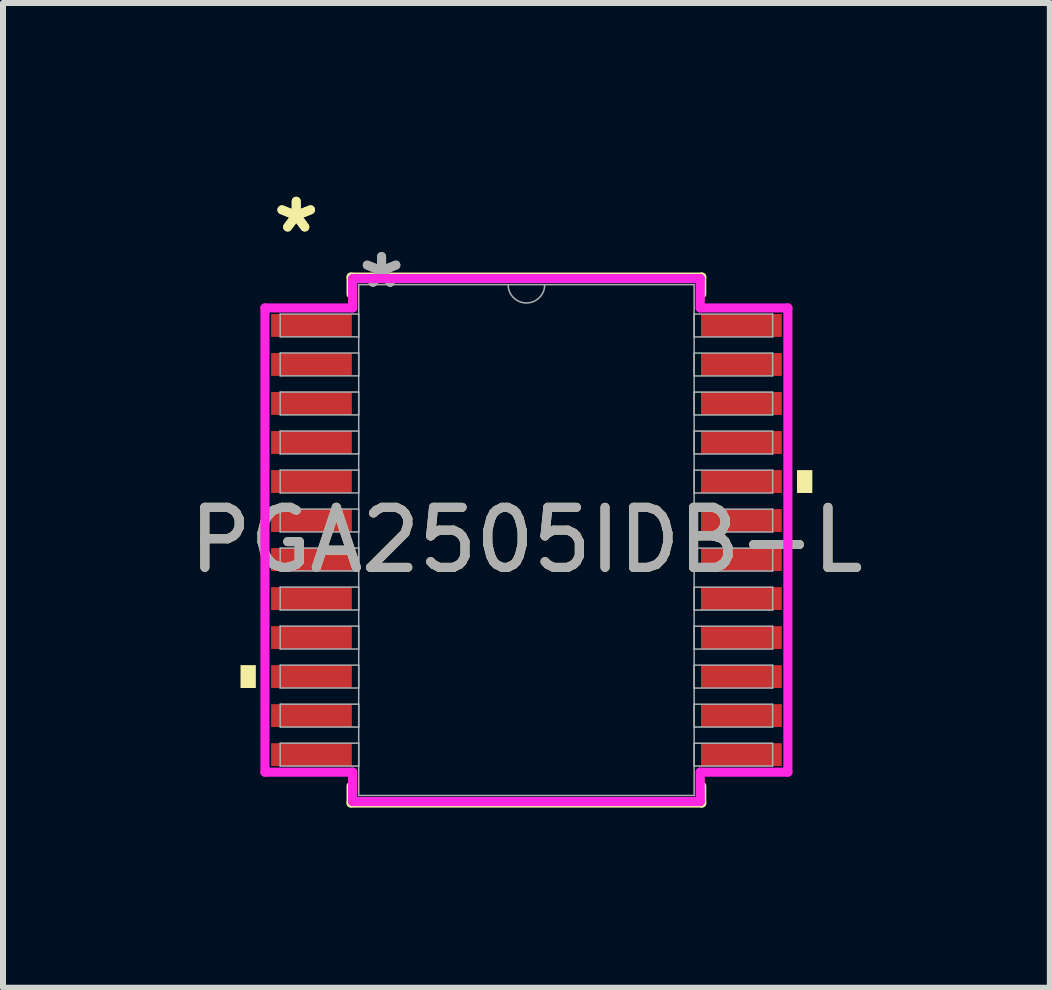
<source format=kicad_pcb>
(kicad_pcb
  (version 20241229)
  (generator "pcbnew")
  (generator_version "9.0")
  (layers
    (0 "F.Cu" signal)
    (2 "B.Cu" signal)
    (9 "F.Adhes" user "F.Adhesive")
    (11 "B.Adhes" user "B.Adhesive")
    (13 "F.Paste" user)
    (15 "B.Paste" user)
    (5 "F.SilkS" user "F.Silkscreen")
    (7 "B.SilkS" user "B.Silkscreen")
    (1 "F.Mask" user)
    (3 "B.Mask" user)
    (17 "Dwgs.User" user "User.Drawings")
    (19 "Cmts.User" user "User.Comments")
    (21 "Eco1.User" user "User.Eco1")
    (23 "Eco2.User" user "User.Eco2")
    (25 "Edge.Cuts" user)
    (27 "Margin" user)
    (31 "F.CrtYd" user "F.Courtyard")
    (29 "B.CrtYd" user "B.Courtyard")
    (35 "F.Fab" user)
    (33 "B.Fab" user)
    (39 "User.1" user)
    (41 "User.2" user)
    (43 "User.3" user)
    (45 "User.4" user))
  (footprint "PGA2505IDB-L"
    (layer "F.Cu")
    (at 5.72 5.947)
    (property "Reference" "PGA2505IDB-L" (at 0 0 0) (unlocked yes) (layer "F.SilkS") (effects (font (size 1 1) (thickness 0.15))))
    (attr smd)
    (fp_line (start -2.921 -4.381) (end -2.921 -4.098) (stroke (width 0.152) (type solid)) (layer "F.SilkS"))
    (fp_line (start -2.921 4.098) (end -2.921 4.381) (stroke (width 0.152) (type solid)) (layer "F.SilkS"))
    (fp_line (start -2.921 4.381) (end 2.921 4.381) (stroke (width 0.152) (type solid)) (layer "F.SilkS"))
    (fp_line (start 2.921 -4.381) (end -2.921 -4.381) (stroke (width 0.152) (type solid)) (layer "F.SilkS"))
    (fp_line (start 2.921 -4.098) (end 2.921 -4.381) (stroke (width 0.152) (type solid)) (layer "F.SilkS"))
    (fp_line (start 2.921 4.381) (end 2.921 4.098) (stroke (width 0.152) (type solid)) (layer "F.SilkS"))
    (fp_poly (pts (xy -4.763 2.084) (xy -4.763 2.465) (xy -4.508 2.465) (xy -4.508 2.084)) (stroke (width 0) (type solid)) (fill yes) (layer "F.SilkS"))
    (fp_poly (pts (xy 4.763 -1.165) (xy 4.763 -0.784) (xy 4.508 -0.784) (xy 4.508 -1.165)) (stroke (width 0) (type solid)) (fill yes) (layer "F.SilkS"))
    (fp_line (start -4.356 -3.867) (end -2.896 -3.867) (stroke (width 0.152) (type solid)) (layer "F.CrtYd"))
    (fp_line (start -4.356 3.867) (end -4.356 -3.867) (stroke (width 0.152) (type solid)) (layer "F.CrtYd"))
    (fp_line (start -4.356 3.867) (end -2.896 3.867) (stroke (width 0.152) (type solid)) (layer "F.CrtYd"))
    (fp_line (start -2.896 -4.356) (end 2.896 -4.356) (stroke (width 0.152) (type solid)) (layer "F.CrtYd"))
    (fp_line (start -2.896 -3.867) (end -2.896 -4.356) (stroke (width 0.152) (type solid)) (layer "F.CrtYd"))
    (fp_line (start -2.896 4.356) (end -2.896 3.867) (stroke (width 0.152) (type solid)) (layer "F.CrtYd"))
    (fp_line (start 2.896 -4.356) (end 2.896 -3.867) (stroke (width 0.152) (type solid)) (layer "F.CrtYd"))
    (fp_line (start 2.896 3.867) (end 2.896 4.356) (stroke (width 0.152) (type solid)) (layer "F.CrtYd"))
    (fp_line (start 2.896 4.356) (end -2.896 4.356) (stroke (width 0.152) (type solid)) (layer "F.CrtYd"))
    (fp_line (start 4.356 -3.867) (end 2.896 -3.867) (stroke (width 0.152) (type solid)) (layer "F.CrtYd"))
    (fp_line (start 4.356 -3.867) (end 4.356 3.867) (stroke (width 0.152) (type solid)) (layer "F.CrtYd"))
    (fp_line (start 4.356 3.867) (end 2.896 3.867) (stroke (width 0.152) (type solid)) (layer "F.CrtYd"))
    (fp_line (start -4.102 -3.765) (end -4.102 -3.385) (stroke (width 0.025) (type solid)) (layer "F.Fab"))
    (fp_line (start -4.102 -3.385) (end -2.794 -3.385) (stroke (width 0.025) (type solid)) (layer "F.Fab"))
    (fp_line (start -4.102 -3.116) (end -4.102 -2.735) (stroke (width 0.025) (type solid)) (layer "F.Fab"))
    (fp_line (start -4.102 -2.735) (end -2.794 -2.735) (stroke (width 0.025) (type solid)) (layer "F.Fab"))
    (fp_line (start -4.102 -2.466) (end -4.102 -2.085) (stroke (width 0.025) (type solid)) (layer "F.Fab"))
    (fp_line (start -4.102 -2.085) (end -2.794 -2.085) (stroke (width 0.025) (type solid)) (layer "F.Fab"))
    (fp_line (start -4.102 -1.816) (end -4.102 -1.435) (stroke (width 0.025) (type solid)) (layer "F.Fab"))
    (fp_line (start -4.102 -1.435) (end -2.794 -1.435) (stroke (width 0.025) (type solid)) (layer "F.Fab"))
    (fp_line (start -4.102 -1.166) (end -4.102 -0.785) (stroke (width 0.025) (type solid)) (layer "F.Fab"))
    (fp_line (start -4.102 -0.785) (end -2.794 -0.785) (stroke (width 0.025) (type solid)) (layer "F.Fab"))
    (fp_line (start -4.102 -0.516) (end -4.102 -0.135) (stroke (width 0.025) (type solid)) (layer "F.Fab"))
    (fp_line (start -4.102 -0.135) (end -2.794 -0.135) (stroke (width 0.025) (type solid)) (layer "F.Fab"))
    (fp_line (start -4.102 0.134) (end -4.102 0.515) (stroke (width 0.025) (type solid)) (layer "F.Fab"))
    (fp_line (start -4.102 0.515) (end -2.794 0.515) (stroke (width 0.025) (type solid)) (layer "F.Fab"))
    (fp_line (start -4.102 0.784) (end -4.102 1.165) (stroke (width 0.025) (type solid)) (layer "F.Fab"))
    (fp_line (start -4.102 1.165) (end -2.794 1.165) (stroke (width 0.025) (type solid)) (layer "F.Fab"))
    (fp_line (start -4.102 1.434) (end -4.102 1.815) (stroke (width 0.025) (type solid)) (layer "F.Fab"))
    (fp_line (start -4.102 1.815) (end -2.794 1.815) (stroke (width 0.025) (type solid)) (layer "F.Fab"))
    (fp_line (start -4.102 2.084) (end -4.102 2.465) (stroke (width 0.025) (type solid)) (layer "F.Fab"))
    (fp_line (start -4.102 2.465) (end -2.794 2.465) (stroke (width 0.025) (type solid)) (layer "F.Fab"))
    (fp_line (start -4.102 2.734) (end -4.102 3.115) (stroke (width 0.025) (type solid)) (layer "F.Fab"))
    (fp_line (start -4.102 3.115) (end -2.794 3.115) (stroke (width 0.025) (type solid)) (layer "F.Fab"))
    (fp_line (start -4.102 3.384) (end -4.102 3.765) (stroke (width 0.025) (type solid)) (layer "F.Fab"))
    (fp_line (start -4.102 3.765) (end -2.794 3.765) (stroke (width 0.025) (type solid)) (layer "F.Fab"))
    (fp_line (start -2.794 -4.255) (end -2.794 4.255) (stroke (width 0.025) (type solid)) (layer "F.Fab"))
    (fp_line (start -2.794 -3.765) (end -4.102 -3.765) (stroke (width 0.025) (type solid)) (layer "F.Fab"))
    (fp_line (start -2.794 -3.385) (end -2.794 -3.765) (stroke (width 0.025) (type solid)) (layer "F.Fab"))
    (fp_line (start -2.794 -3.116) (end -4.102 -3.116) (stroke (width 0.025) (type solid)) (layer "F.Fab"))
    (fp_line (start -2.794 -2.735) (end -2.794 -3.116) (stroke (width 0.025) (type solid)) (layer "F.Fab"))
    (fp_line (start -2.794 -2.466) (end -4.102 -2.466) (stroke (width 0.025) (type solid)) (layer "F.Fab"))
    (fp_line (start -2.794 -2.085) (end -2.794 -2.466) (stroke (width 0.025) (type solid)) (layer "F.Fab"))
    (fp_line (start -2.794 -1.816) (end -4.102 -1.816) (stroke (width 0.025) (type solid)) (layer "F.Fab"))
    (fp_line (start -2.794 -1.435) (end -2.794 -1.816) (stroke (width 0.025) (type solid)) (layer "F.Fab"))
    (fp_line (start -2.794 -1.166) (end -4.102 -1.166) (stroke (width 0.025) (type solid)) (layer "F.Fab"))
    (fp_line (start -2.794 -0.785) (end -2.794 -1.166) (stroke (width 0.025) (type solid)) (layer "F.Fab"))
    (fp_line (start -2.794 -0.516) (end -4.102 -0.516) (stroke (width 0.025) (type solid)) (layer "F.Fab"))
    (fp_line (start -2.794 -0.135) (end -2.794 -0.516) (stroke (width 0.025) (type solid)) (layer "F.Fab"))
    (fp_line (start -2.794 0.134) (end -4.102 0.134) (stroke (width 0.025) (type solid)) (layer "F.Fab"))
    (fp_line (start -2.794 0.515) (end -2.794 0.134) (stroke (width 0.025) (type solid)) (layer "F.Fab"))
    (fp_line (start -2.794 0.784) (end -4.102 0.784) (stroke (width 0.025) (type solid)) (layer "F.Fab"))
    (fp_line (start -2.794 1.165) (end -2.794 0.784) (stroke (width 0.025) (type solid)) (layer "F.Fab"))
    (fp_line (start -2.794 1.434) (end -4.102 1.434) (stroke (width 0.025) (type solid)) (layer "F.Fab"))
    (fp_line (start -2.794 1.815) (end -2.794 1.434) (stroke (width 0.025) (type solid)) (layer "F.Fab"))
    (fp_line (start -2.794 2.084) (end -4.102 2.084) (stroke (width 0.025) (type solid)) (layer "F.Fab"))
    (fp_line (start -2.794 2.465) (end -2.794 2.084) (stroke (width 0.025) (type solid)) (layer "F.Fab"))
    (fp_line (start -2.794 2.734) (end -4.102 2.734) (stroke (width 0.025) (type solid)) (layer "F.Fab"))
    (fp_line (start -2.794 3.115) (end -2.794 2.734) (stroke (width 0.025) (type solid)) (layer "F.Fab"))
    (fp_line (start -2.794 3.384) (end -4.102 3.384) (stroke (width 0.025) (type solid)) (layer "F.Fab"))
    (fp_line (start -2.794 3.765) (end -2.794 3.384) (stroke (width 0.025) (type solid)) (layer "F.Fab"))
    (fp_line (start -2.794 4.255) (end 2.794 4.255) (stroke (width 0.025) (type solid)) (layer "F.Fab"))
    (fp_line (start 2.794 -4.255) (end -2.794 -4.255) (stroke (width 0.025) (type solid)) (layer "F.Fab"))
    (fp_line (start 2.794 -3.765) (end 2.794 -3.384) (stroke (width 0.025) (type solid)) (layer "F.Fab"))
    (fp_line (start 2.794 -3.384) (end 4.102 -3.384) (stroke (width 0.025) (type solid)) (layer "F.Fab"))
    (fp_line (start 2.794 -3.115) (end 2.794 -2.734) (stroke (width 0.025) (type solid)) (layer "F.Fab"))
    (fp_line (start 2.794 -2.734) (end 4.102 -2.734) (stroke (width 0.025) (type solid)) (layer "F.Fab"))
    (fp_line (start 2.794 -2.465) (end 2.794 -2.084) (stroke (width 0.025) (type solid)) (layer "F.Fab"))
    (fp_line (start 2.794 -2.084) (end 4.102 -2.084) (stroke (width 0.025) (type solid)) (layer "F.Fab"))
    (fp_line (start 2.794 -1.815) (end 2.794 -1.434) (stroke (width 0.025) (type solid)) (layer "F.Fab"))
    (fp_line (start 2.794 -1.434) (end 4.102 -1.434) (stroke (width 0.025) (type solid)) (layer "F.Fab"))
    (fp_line (start 2.794 -1.165) (end 2.794 -0.784) (stroke (width 0.025) (type solid)) (layer "F.Fab"))
    (fp_line (start 2.794 -0.784) (end 4.102 -0.784) (stroke (width 0.025) (type solid)) (layer "F.Fab"))
    (fp_line (start 2.794 -0.515) (end 2.794 -0.134) (stroke (width 0.025) (type solid)) (layer "F.Fab"))
    (fp_line (start 2.794 -0.134) (end 4.102 -0.134) (stroke (width 0.025) (type solid)) (layer "F.Fab"))
    (fp_line (start 2.794 0.135) (end 2.794 0.516) (stroke (width 0.025) (type solid)) (layer "F.Fab"))
    (fp_line (start 2.794 0.516) (end 4.102 0.516) (stroke (width 0.025) (type solid)) (layer "F.Fab"))
    (fp_line (start 2.794 0.785) (end 2.794 1.166) (stroke (width 0.025) (type solid)) (layer "F.Fab"))
    (fp_line (start 2.794 1.166) (end 4.102 1.166) (stroke (width 0.025) (type solid)) (layer "F.Fab"))
    (fp_line (start 2.794 1.435) (end 2.794 1.816) (stroke (width 0.025) (type solid)) (layer "F.Fab"))
    (fp_line (start 2.794 1.816) (end 4.102 1.816) (stroke (width 0.025) (type solid)) (layer "F.Fab"))
    (fp_line (start 2.794 2.084) (end 2.794 2.466) (stroke (width 0.025) (type solid)) (layer "F.Fab"))
    (fp_line (start 2.794 2.466) (end 4.102 2.466) (stroke (width 0.025) (type solid)) (layer "F.Fab"))
    (fp_line (start 2.794 2.735) (end 2.794 3.115) (stroke (width 0.025) (type solid)) (layer "F.Fab"))
    (fp_line (start 2.794 3.115) (end 4.102 3.115) (stroke (width 0.025) (type solid)) (layer "F.Fab"))
    (fp_line (start 2.794 3.385) (end 2.794 3.765) (stroke (width 0.025) (type solid)) (layer "F.Fab"))
    (fp_line (start 2.794 3.765) (end 4.102 3.765) (stroke (width 0.025) (type solid)) (layer "F.Fab"))
    (fp_line (start 2.794 4.255) (end 2.794 -4.255) (stroke (width 0.025) (type solid)) (layer "F.Fab"))
    (fp_line (start 4.102 -3.765) (end 2.794 -3.765) (stroke (width 0.025) (type solid)) (layer "F.Fab"))
    (fp_line (start 4.102 -3.384) (end 4.102 -3.765) (stroke (width 0.025) (type solid)) (layer "F.Fab"))
    (fp_line (start 4.102 -3.115) (end 2.794 -3.115) (stroke (width 0.025) (type solid)) (layer "F.Fab"))
    (fp_line (start 4.102 -2.734) (end 4.102 -3.115) (stroke (width 0.025) (type solid)) (layer "F.Fab"))
    (fp_line (start 4.102 -2.465) (end 2.794 -2.465) (stroke (width 0.025) (type solid)) (layer "F.Fab"))
    (fp_line (start 4.102 -2.084) (end 4.102 -2.465) (stroke (width 0.025) (type solid)) (layer "F.Fab"))
    (fp_line (start 4.102 -1.815) (end 2.794 -1.815) (stroke (width 0.025) (type solid)) (layer "F.Fab"))
    (fp_line (start 4.102 -1.434) (end 4.102 -1.815) (stroke (width 0.025) (type solid)) (layer "F.Fab"))
    (fp_line (start 4.102 -1.165) (end 2.794 -1.165) (stroke (width 0.025) (type solid)) (layer "F.Fab"))
    (fp_line (start 4.102 -0.784) (end 4.102 -1.165) (stroke (width 0.025) (type solid)) (layer "F.Fab"))
    (fp_line (start 4.102 -0.515) (end 2.794 -0.515) (stroke (width 0.025) (type solid)) (layer "F.Fab"))
    (fp_line (start 4.102 -0.134) (end 4.102 -0.515) (stroke (width 0.025) (type solid)) (layer "F.Fab"))
    (fp_line (start 4.102 0.135) (end 2.794 0.135) (stroke (width 0.025) (type solid)) (layer "F.Fab"))
    (fp_line (start 4.102 0.516) (end 4.102 0.135) (stroke (width 0.025) (type solid)) (layer "F.Fab"))
    (fp_line (start 4.102 0.785) (end 2.794 0.785) (stroke (width 0.025) (type solid)) (layer "F.Fab"))
    (fp_line (start 4.102 1.166) (end 4.102 0.785) (stroke (width 0.025) (type solid)) (layer "F.Fab"))
    (fp_line (start 4.102 1.435) (end 2.794 1.435) (stroke (width 0.025) (type solid)) (layer "F.Fab"))
    (fp_line (start 4.102 1.816) (end 4.102 1.435) (stroke (width 0.025) (type solid)) (layer "F.Fab"))
    (fp_line (start 4.102 2.084) (end 2.794 2.084) (stroke (width 0.025) (type solid)) (layer "F.Fab"))
    (fp_line (start 4.102 2.466) (end 4.102 2.084) (stroke (width 0.025) (type solid)) (layer "F.Fab"))
    (fp_line (start 4.102 2.735) (end 2.794 2.735) (stroke (width 0.025) (type solid)) (layer "F.Fab"))
    (fp_line (start 4.102 3.115) (end 4.102 2.735) (stroke (width 0.025) (type solid)) (layer "F.Fab"))
    (fp_line (start 4.102 3.385) (end 2.794 3.385) (stroke (width 0.025) (type solid)) (layer "F.Fab"))
    (fp_line (start 4.102 3.765) (end 4.102 3.385) (stroke (width 0.025) (type solid)) (layer "F.Fab"))
    (fp_arc (start 0.3048 -4.2545) (mid 0 -3.9497) (end -0.3048 -4.2545) (stroke (width 0.0254) (type solid)) (layer "F.Fab"))
    (fp_text user "*" (at -3.835 -5.099 0) (unlocked yes) (layer "F.SilkS") (effects (font (size 1 1) (thickness 0.15))))
    (fp_text user "*" (at -3.835 -5.099 0) (layer "F.SilkS") (effects (font (size 1 1) (thickness 0.15))))
    (fp_text user "*" (at -2.413 -4.178 0) (unlocked yes) (layer "F.Fab") (effects (font (size 1 1) (thickness 0.15))))
    (fp_text user "*" (at -2.413 -4.178 0) (layer "F.Fab") (effects (font (size 1 1) (thickness 0.15))))
    (fp_text user "${REFERENCE}" (at 0 0 0) (unlocked yes) (layer "F.Fab") (effects (font (size 1 1) (thickness 0.15))))
    (pad "1" smd rect (at -3.581 -3.575) (size 1.346 0.381) (layers "F.Cu" "F.Mask" "F.Paste"))
    (pad "2" smd rect (at -3.581 -2.925) (size 1.346 0.381) (layers "F.Cu" "F.Mask" "F.Paste"))
    (pad "3" smd rect (at -3.581 -2.275) (size 1.346 0.381) (layers "F.Cu" "F.Mask" "F.Paste"))
    (pad "4" smd rect (at -3.581 -1.625) (size 1.346 0.381) (layers "F.Cu" "F.Mask" "F.Paste"))
    (pad "5" smd rect (at -3.581 -0.975) (size 1.346 0.381) (layers "F.Cu" "F.Mask" "F.Paste"))
    (pad "6" smd rect (at -3.581 -0.325) (size 1.346 0.381) (layers "F.Cu" "F.Mask" "F.Paste"))
    (pad "7" smd rect (at -3.581 0.325) (size 1.346 0.381) (layers "F.Cu" "F.Mask" "F.Paste"))
    (pad "8" smd rect (at -3.581 0.975) (size 1.346 0.381) (layers "F.Cu" "F.Mask" "F.Paste"))
    (pad "9" smd rect (at -3.581 1.625) (size 1.346 0.381) (layers "F.Cu" "F.Mask" "F.Paste"))
    (pad "10" smd rect (at -3.581 2.275) (size 1.346 0.381) (layers "F.Cu" "F.Mask" "F.Paste"))
    (pad "11" smd rect (at -3.581 2.925) (size 1.346 0.381) (layers "F.Cu" "F.Mask" "F.Paste"))
    (pad "12" smd rect (at -3.581 3.575) (size 1.346 0.381) (layers "F.Cu" "F.Mask" "F.Paste"))
    (pad "13" smd rect (at 3.581 3.575) (size 1.346 0.381) (layers "F.Cu" "F.Mask" "F.Paste"))
    (pad "14" smd rect (at 3.581 2.925) (size 1.346 0.381) (layers "F.Cu" "F.Mask" "F.Paste"))
    (pad "15" smd rect (at 3.581 2.275) (size 1.346 0.381) (layers "F.Cu" "F.Mask" "F.Paste"))
    (pad "16" smd rect (at 3.581 1.625) (size 1.346 0.381) (layers "F.Cu" "F.Mask" "F.Paste"))
    (pad "17" smd rect (at 3.581 0.975) (size 1.346 0.381) (layers "F.Cu" "F.Mask" "F.Paste"))
    (pad "18" smd rect (at 3.581 0.325) (size 1.346 0.381) (layers "F.Cu" "F.Mask" "F.Paste"))
    (pad "19" smd rect (at 3.581 -0.325) (size 1.346 0.381) (layers "F.Cu" "F.Mask" "F.Paste"))
    (pad "20" smd rect (at 3.581 -0.975) (size 1.346 0.381) (layers "F.Cu" "F.Mask" "F.Paste"))
    (pad "21" smd rect (at 3.581 -1.625) (size 1.346 0.381) (layers "F.Cu" "F.Mask" "F.Paste"))
    (pad "22" smd rect (at 3.581 -2.275) (size 1.346 0.381) (layers "F.Cu" "F.Mask" "F.Paste"))
    (pad "23" smd rect (at 3.581 -2.925) (size 1.346 0.381) (layers "F.Cu" "F.Mask" "F.Paste"))
    (pad "24" smd rect (at 3.581 -3.575) (size 1.346 0.381) (layers "F.Cu" "F.Mask" "F.Paste")))
  (gr_rect
    (start -3 -3)
    (end 14.44 13.405)
    (stroke (width 0.1) (type default))
    (fill no)
    (layer "Edge.Cuts")))
</source>
